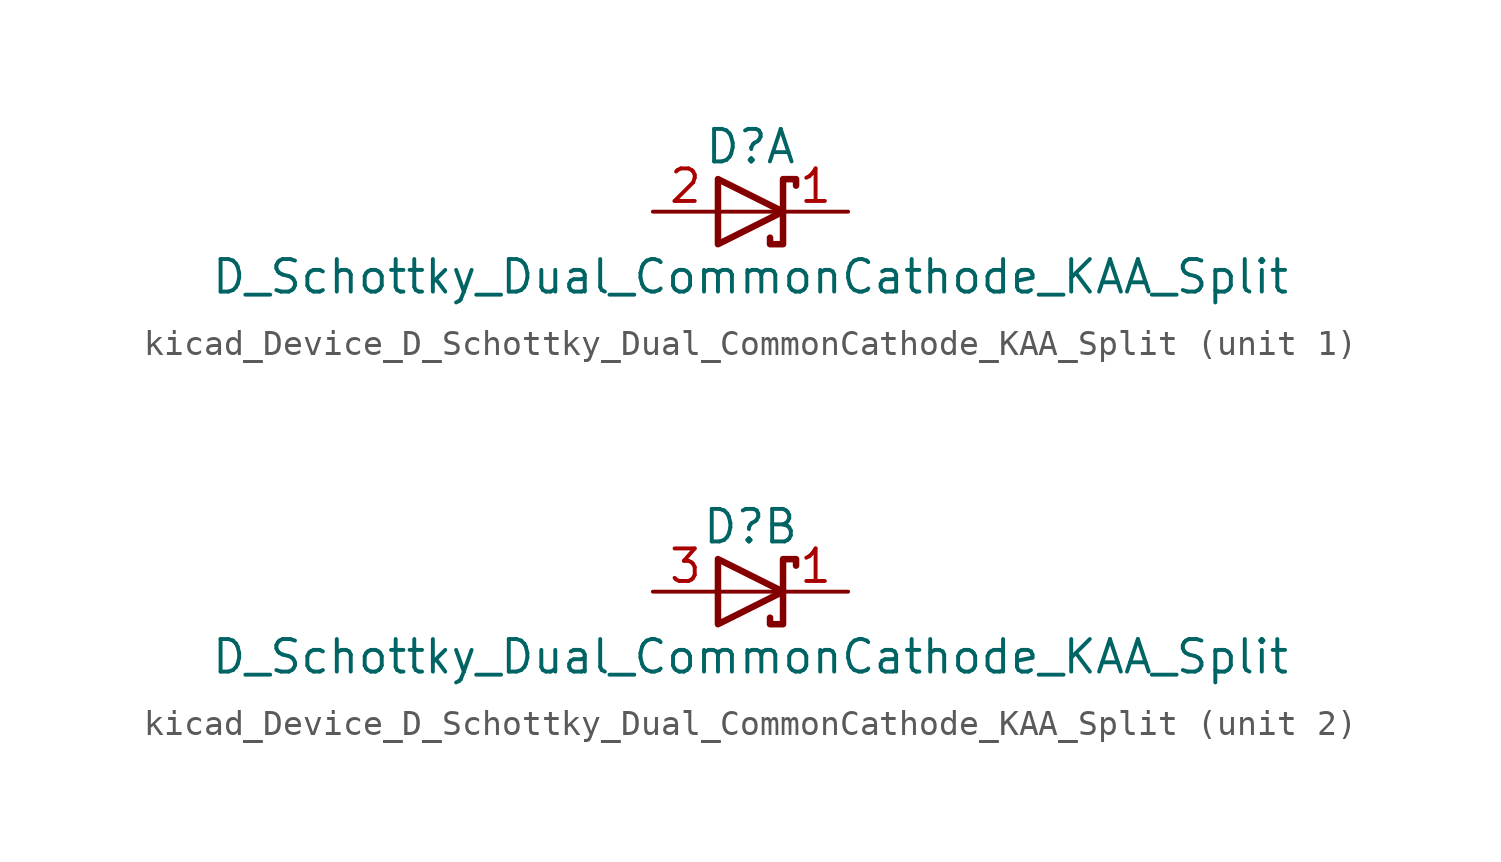
<source format=kicad_sym>
(kicad_symbol_lib
  (version 20220914)
  (generator kicad_symbol_editor)
  (symbol "kicad_Device_D_Schottky_Dual_CommonCathode_KAA_Split"
    (pin_names
      (offset 0.762) hide)
    (property "Reference" "D"
      (at 0 2.54 0)
      (effects (font (size 1.27 1.27))))
    (property "Value" "D_Schottky_Dual_CommonCathode_KAA_Split"
      (at 0 -2.54 0)
      (effects (font (size 1.27 1.27))))
    (property "ki_locked" ""
      (at 0 0 0)
      (effects (font (size 1.27 1.27))))
    (symbol "kicad_Device_D_Schottky_Dual_CommonCathode_KAA_Split_0_1"
      (polyline (pts (xy 1.27 0) (xy -1.27 0)) (stroke (width 0) (type default)) (fill (type none)))
      (polyline (pts (xy -1.27 1.27) (xy 1.27 0) (xy -1.27 -1.27) (xy -1.27 1.27) (xy -1.27 1.27) (xy -1.27 1.27)) (stroke (width 0.254) (type default)) (fill (type none)))
      (polyline (pts (xy 1.778 1.016) (xy 1.778 1.27) (xy 1.27 1.27) (xy 1.27 -1.27) (xy 0.762 -1.27) (xy 0.762 -1.016)) (stroke (width 0.254) (type default)) (fill (type none)))
      (pin passive line (at 3.81 0 180) (length 2.54) (name "K" (effects (font (size 1.27 1.27)))) (number "1" (effects (font (size 1.27 1.27))))))
    (symbol "kicad_Device_D_Schottky_Dual_CommonCathode_KAA_Split_1_1"
      (pin passive line (at -3.81 0 0) (length 2.54) (name "A" (effects (font (size 1.27 1.27)))) (number "2" (effects (font (size 1.27 1.27))))))
    (symbol "kicad_Device_D_Schottky_Dual_CommonCathode_KAA_Split_2_1"
      (pin passive line (at -3.81 0 0) (length 2.54) (name "K" (effects (font (size 1.27 1.27)))) (number "3" (effects (font (size 1.27 1.27))))))))
</source>
